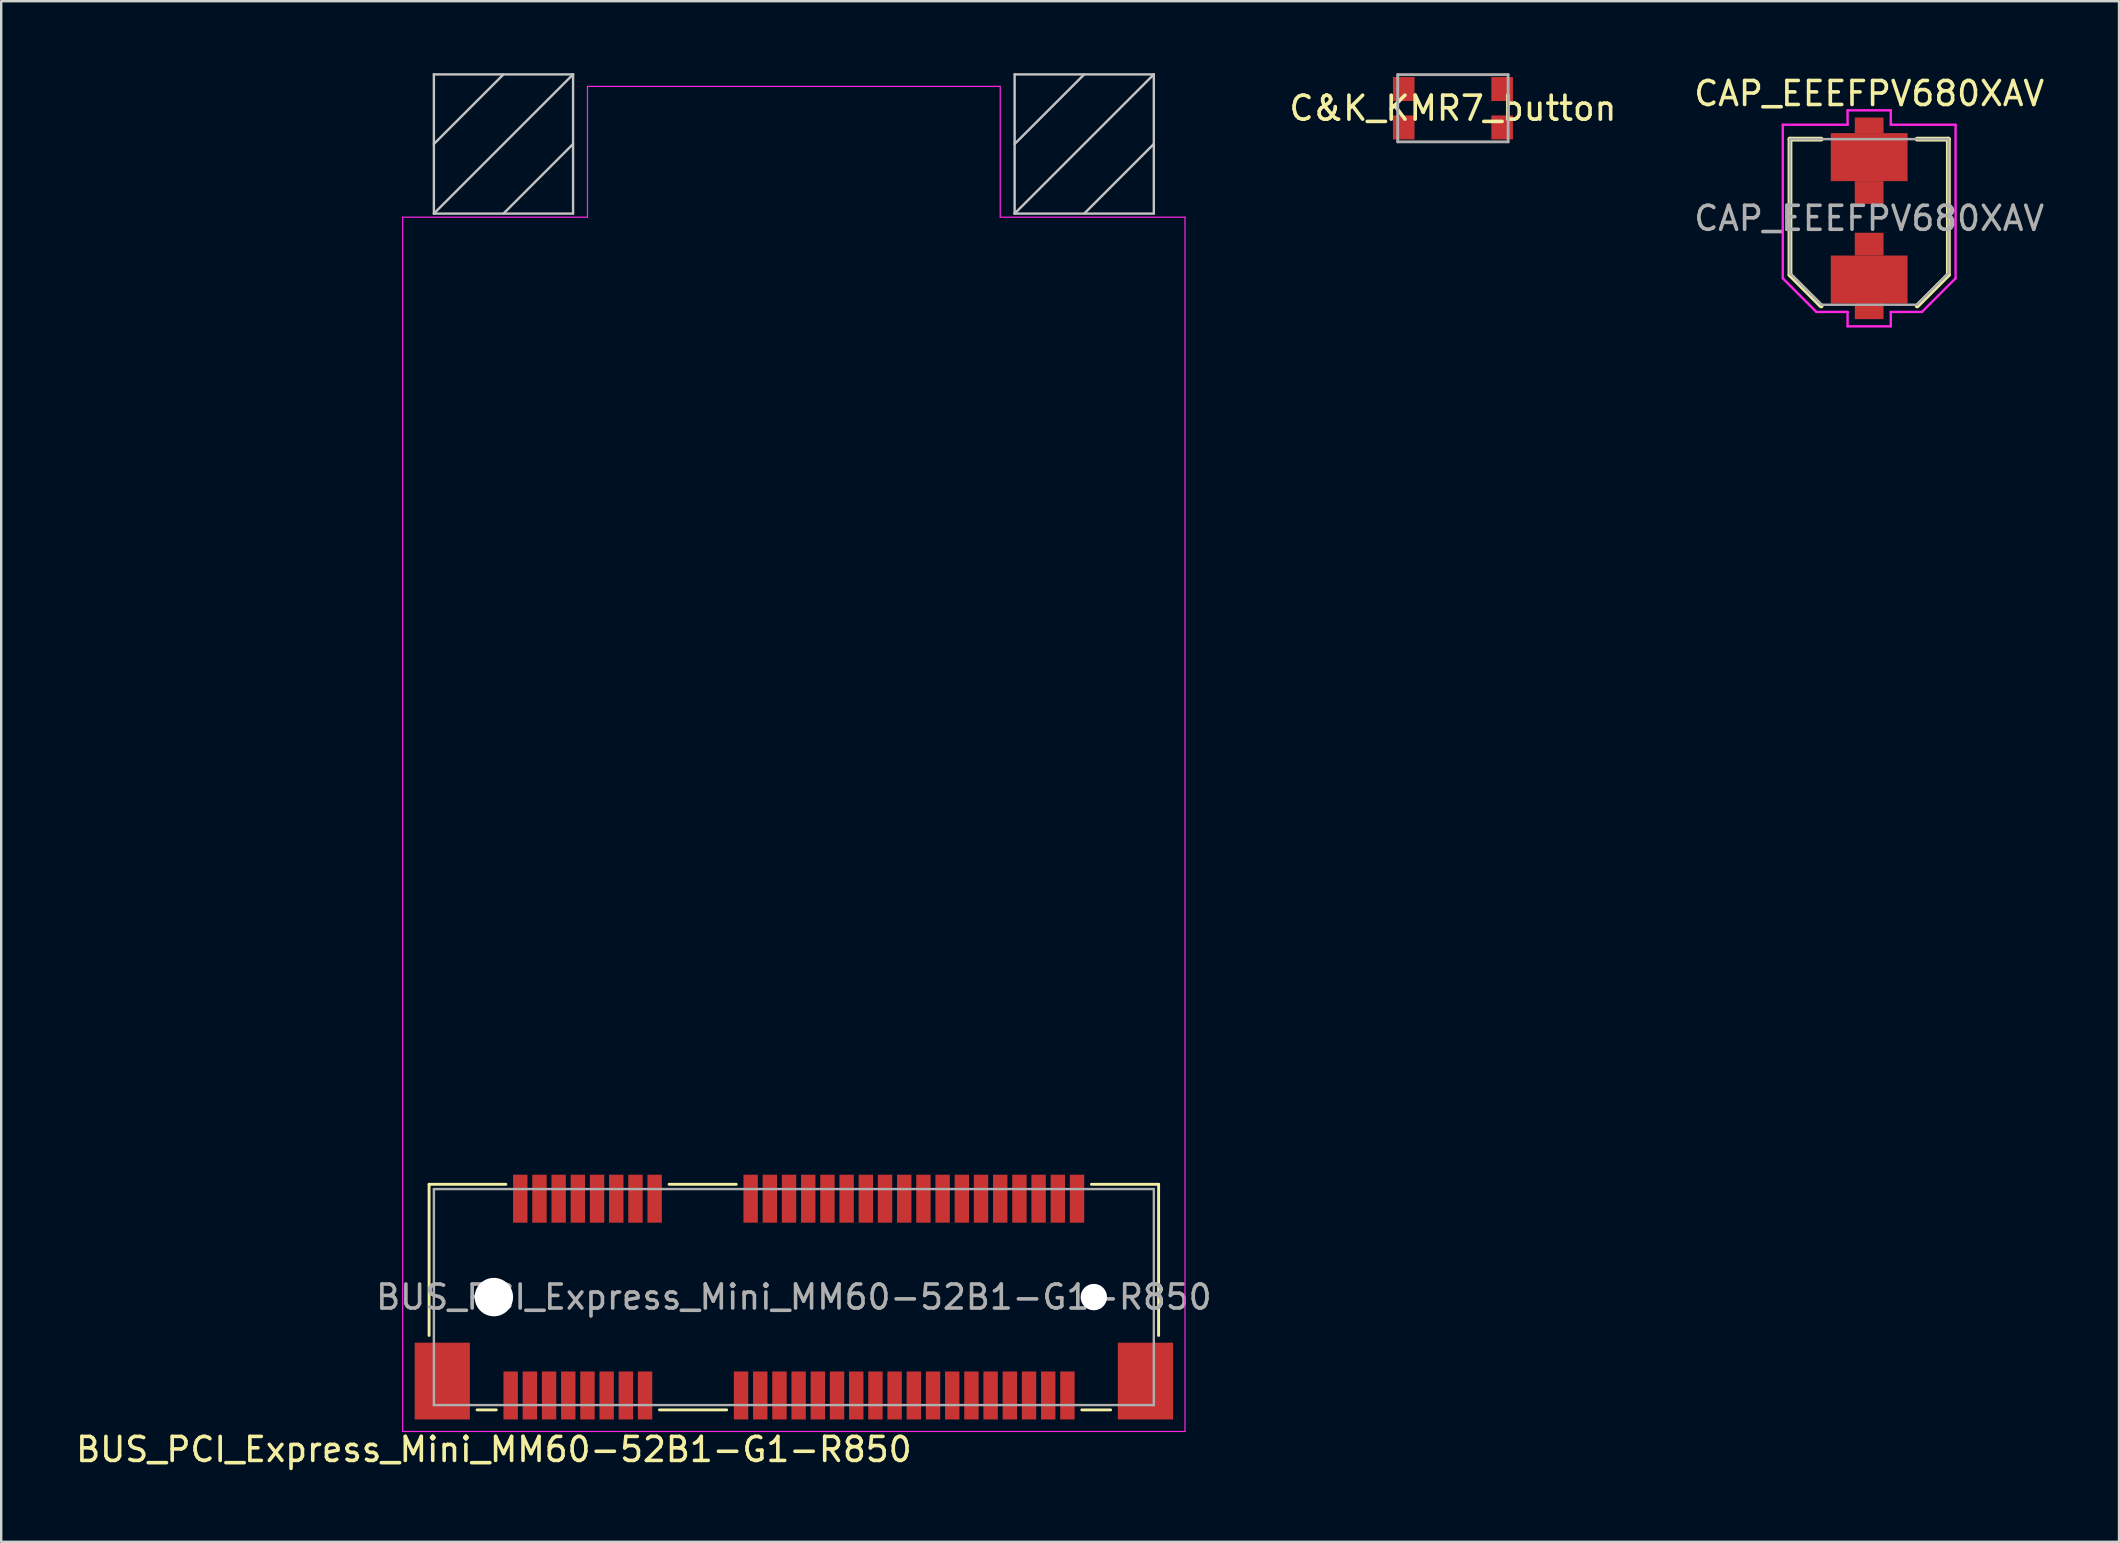
<source format=kicad_pcb>
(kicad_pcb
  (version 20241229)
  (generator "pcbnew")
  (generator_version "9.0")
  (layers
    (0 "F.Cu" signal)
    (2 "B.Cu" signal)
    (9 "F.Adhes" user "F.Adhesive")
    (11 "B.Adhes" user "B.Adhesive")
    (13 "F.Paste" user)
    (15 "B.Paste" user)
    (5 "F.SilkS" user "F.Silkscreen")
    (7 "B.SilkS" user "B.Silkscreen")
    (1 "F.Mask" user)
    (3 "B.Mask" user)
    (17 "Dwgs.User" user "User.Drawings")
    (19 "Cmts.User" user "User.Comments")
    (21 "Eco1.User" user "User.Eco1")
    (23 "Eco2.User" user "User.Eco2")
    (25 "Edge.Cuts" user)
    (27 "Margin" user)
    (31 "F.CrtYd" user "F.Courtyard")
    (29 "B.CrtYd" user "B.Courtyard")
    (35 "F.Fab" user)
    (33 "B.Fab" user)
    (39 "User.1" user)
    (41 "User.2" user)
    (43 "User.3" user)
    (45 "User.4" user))
  (footprint "BUS_PCI_Express_Mini_MM60-52B1-G1-R850"
    (layer "F.Cu")
    (at 30.03 51)
    (property "Reference" "BUS_PCI_Express_Mini_MM60-52B1-G1-R850" (at -12.5 6.35 180) (layer "F.SilkS") (effects (font (size 1 1) (thickness 0.15))))
    (attr smd)
    (fp_line (start -15.2 -4.7) (end -15.2 1.6) (stroke (width 0.12) (type solid)) (layer "F.SilkS"))
    (fp_line (start -13.2 4.7) (end -12.4 4.7) (stroke (width 0.12) (type solid)) (layer "F.SilkS"))
    (fp_line (start -12 -4.7) (end -15.2 -4.7) (stroke (width 0.12) (type solid)) (layer "F.SilkS"))
    (fp_line (start -5.6 4.7) (end -2.8 4.7) (stroke (width 0.12) (type solid)) (layer "F.SilkS"))
    (fp_line (start -2.4 -4.7) (end -5.2 -4.7) (stroke (width 0.12) (type solid)) (layer "F.SilkS"))
    (fp_line (start 12 4.7) (end 13.2 4.7) (stroke (width 0.12) (type solid)) (layer "F.SilkS"))
    (fp_line (start 15.2 -4.7) (end 12.4 -4.7) (stroke (width 0.12) (type solid)) (layer "F.SilkS"))
    (fp_line (start 15.2 1.6) (end 15.2 -4.7) (stroke (width 0.12) (type solid)) (layer "F.SilkS"))
    (fp_line (start -15 -50.95) (end -15 -45.15) (stroke (width 0.1) (type solid)) (layer "Dwgs.User"))
    (fp_line (start -15 -50.95) (end -9.2 -50.95) (stroke (width 0.1) (type solid)) (layer "Dwgs.User"))
    (fp_line (start -15 -45.15) (end -9.2 -45.15) (stroke (width 0.1) (type solid)) (layer "Dwgs.User"))
    (fp_line (start -12.1 -50.95) (end -15 -48.05) (stroke (width 0.1) (type solid)) (layer "Dwgs.User"))
    (fp_line (start -9.2 -50.95) (end -15 -45.15) (stroke (width 0.1) (type solid)) (layer "Dwgs.User"))
    (fp_line (start -9.2 -50.95) (end -9.2 -45.15) (stroke (width 0.1) (type solid)) (layer "Dwgs.User"))
    (fp_line (start -9.2 -48.05) (end -12.1 -45.15) (stroke (width 0.1) (type solid)) (layer "Dwgs.User"))
    (fp_line (start 9.2 -50.95) (end 9.2 -45.15) (stroke (width 0.1) (type solid)) (layer "Dwgs.User"))
    (fp_line (start 9.2 -50.95) (end 15 -50.95) (stroke (width 0.1) (type solid)) (layer "Dwgs.User"))
    (fp_line (start 9.2 -45.15) (end 15 -45.15) (stroke (width 0.1) (type solid)) (layer "Dwgs.User"))
    (fp_line (start 12.1 -50.95) (end 9.2 -48.05) (stroke (width 0.1) (type solid)) (layer "Dwgs.User"))
    (fp_line (start 15 -50.95) (end 9.2 -45.15) (stroke (width 0.1) (type solid)) (layer "Dwgs.User"))
    (fp_line (start 15 -50.95) (end 15 -45.15) (stroke (width 0.1) (type solid)) (layer "Dwgs.User"))
    (fp_line (start 15 -48.05) (end 12.1 -45.15) (stroke (width 0.1) (type solid)) (layer "Dwgs.User"))
    (fp_line (start -16.3 5.6) (end -16.3 -45) (stroke (width 0.05) (type solid)) (layer "F.CrtYd"))
    (fp_line (start -8.6 -50.45) (end -8.6 -45) (stroke (width 0.05) (type solid)) (layer "F.CrtYd"))
    (fp_line (start -8.6 -50.45) (end 8.6 -50.45) (stroke (width 0.05) (type solid)) (layer "F.CrtYd"))
    (fp_line (start -8.6 -45) (end -16.3 -45) (stroke (width 0.05) (type solid)) (layer "F.CrtYd"))
    (fp_line (start 8.6 -45) (end 8.6 -50.45) (stroke (width 0.05) (type solid)) (layer "F.CrtYd"))
    (fp_line (start 8.6 -45) (end 16.3 -45) (stroke (width 0.05) (type solid)) (layer "F.CrtYd"))
    (fp_line (start 16.3 -45) (end 16.3 5.6) (stroke (width 0.05) (type solid)) (layer "F.CrtYd"))
    (fp_line (start 16.3 5.6) (end -16.3 5.6) (stroke (width 0.05) (type solid)) (layer "F.CrtYd"))
    (fp_line (start -15 -4.5) (end -15 4.5) (stroke (width 0.1) (type solid)) (layer "F.Fab"))
    (fp_line (start -15 4.5) (end 15 4.5) (stroke (width 0.1) (type solid)) (layer "F.Fab"))
    (fp_line (start 15 -4.5) (end -15 -4.5) (stroke (width 0.1) (type solid)) (layer "F.Fab"))
    (fp_line (start 15 4.5) (end 15 -4.5) (stroke (width 0.1) (type solid)) (layer "F.Fab"))
    (fp_text user "${REFERENCE}" (at 0 0 0) (layer "F.Fab") (effects (font (size 1 1) (thickness 0.15))))
    (pad "" np_thru_hole circle (at -12.5 0) (size 1.6 1.6) (drill 1.6) (layers "*.Cu" "*.Mask"))
    (pad "" np_thru_hole circle (at 12.5 0) (size 1.1 1.1) (drill 1.1) (layers "*.Cu" "*.Mask"))
    (pad "1" smd rect (at -11.8 4.1) (size 0.6 2) (layers "F.Cu" "F.Mask" "F.Paste"))
    (pad "2" smd rect (at -11.4 -4.1) (size 0.6 2) (layers "F.Cu" "F.Mask" "F.Paste"))
    (pad "3" smd rect (at -11 4.1) (size 0.6 2) (layers "F.Cu" "F.Mask" "F.Paste"))
    (pad "4" smd rect (at -10.6 -4.1) (size 0.6 2) (layers "F.Cu" "F.Mask" "F.Paste"))
    (pad "5" smd rect (at -10.2 4.1) (size 0.6 2) (layers "F.Cu" "F.Mask" "F.Paste"))
    (pad "6" smd rect (at -9.8 -4.1) (size 0.6 2) (layers "F.Cu" "F.Mask" "F.Paste"))
    (pad "7" smd rect (at -9.4 4.1) (size 0.6 2) (layers "F.Cu" "F.Mask" "F.Paste"))
    (pad "8" smd rect (at -9 -4.1) (size 0.6 2) (layers "F.Cu" "F.Mask" "F.Paste"))
    (pad "9" smd rect (at -8.6 4.1) (size 0.6 2) (layers "F.Cu" "F.Mask" "F.Paste"))
    (pad "10" smd rect (at -8.2 -4.1) (size 0.6 2) (layers "F.Cu" "F.Mask" "F.Paste"))
    (pad "11" smd rect (at -7.8 4.1) (size 0.6 2) (layers "F.Cu" "F.Mask" "F.Paste"))
    (pad "12" smd rect (at -7.4 -4.1) (size 0.6 2) (layers "F.Cu" "F.Mask" "F.Paste"))
    (pad "13" smd rect (at -7 4.1) (size 0.6 2) (layers "F.Cu" "F.Mask" "F.Paste"))
    (pad "14" smd rect (at -6.6 -4.1) (size 0.6 2) (layers "F.Cu" "F.Mask" "F.Paste"))
    (pad "15" smd rect (at -6.2 4.1) (size 0.6 2) (layers "F.Cu" "F.Mask" "F.Paste"))
    (pad "16" smd rect (at -5.8 -4.1) (size 0.6 2) (layers "F.Cu" "F.Mask" "F.Paste"))
    (pad "17" smd rect (at -2.2 4.1) (size 0.6 2) (layers "F.Cu" "F.Mask" "F.Paste"))
    (pad "18" smd rect (at -1.8 -4.1) (size 0.6 2) (layers "F.Cu" "F.Mask" "F.Paste"))
    (pad "19" smd rect (at -1.4 4.1) (size 0.6 2) (layers "F.Cu" "F.Mask" "F.Paste"))
    (pad "20" smd rect (at -1 -4.1) (size 0.6 2) (layers "F.Cu" "F.Mask" "F.Paste"))
    (pad "21" smd rect (at -0.6 4.1) (size 0.6 2) (layers "F.Cu" "F.Mask" "F.Paste"))
    (pad "22" smd rect (at -0.2 -4.1) (size 0.6 2) (layers "F.Cu" "F.Mask" "F.Paste"))
    (pad "23" smd rect (at 0.2 4.1) (size 0.6 2) (layers "F.Cu" "F.Mask" "F.Paste"))
    (pad "24" smd rect (at 0.6 -4.1) (size 0.6 2) (layers "F.Cu" "F.Mask" "F.Paste"))
    (pad "25" smd rect (at 1 4.1) (size 0.6 2) (layers "F.Cu" "F.Mask" "F.Paste"))
    (pad "26" smd rect (at 1.4 -4.1) (size 0.6 2) (layers "F.Cu" "F.Mask" "F.Paste"))
    (pad "27" smd rect (at 1.8 4.1) (size 0.6 2) (layers "F.Cu" "F.Mask" "F.Paste"))
    (pad "28" smd rect (at 2.2 -4.1) (size 0.6 2) (layers "F.Cu" "F.Mask" "F.Paste"))
    (pad "29" smd rect (at 2.6 4.1) (size 0.6 2) (layers "F.Cu" "F.Mask" "F.Paste"))
    (pad "30" smd rect (at 3 -4.1) (size 0.6 2) (layers "F.Cu" "F.Mask" "F.Paste"))
    (pad "31" smd rect (at 3.4 4.1) (size 0.6 2) (layers "F.Cu" "F.Mask" "F.Paste"))
    (pad "32" smd rect (at 3.8 -4.1) (size 0.6 2) (layers "F.Cu" "F.Mask" "F.Paste"))
    (pad "33" smd rect (at 4.2 4.1) (size 0.6 2) (layers "F.Cu" "F.Mask" "F.Paste"))
    (pad "34" smd rect (at 4.6 -4.1) (size 0.6 2) (layers "F.Cu" "F.Mask" "F.Paste"))
    (pad "35" smd rect (at 5 4.1) (size 0.6 2) (layers "F.Cu" "F.Mask" "F.Paste"))
    (pad "36" smd rect (at 5.4 -4.1) (size 0.6 2) (layers "F.Cu" "F.Mask" "F.Paste"))
    (pad "37" smd rect (at 5.8 4.1) (size 0.6 2) (layers "F.Cu" "F.Mask" "F.Paste"))
    (pad "38" smd rect (at 6.2 -4.1) (size 0.6 2) (layers "F.Cu" "F.Mask" "F.Paste"))
    (pad "39" smd rect (at 6.6 4.1) (size 0.6 2) (layers "F.Cu" "F.Mask" "F.Paste"))
    (pad "40" smd rect (at 7 -4.1) (size 0.6 2) (layers "F.Cu" "F.Mask" "F.Paste"))
    (pad "41" smd rect (at 7.4 4.1) (size 0.6 2) (layers "F.Cu" "F.Mask" "F.Paste"))
    (pad "42" smd rect (at 7.8 -4.1) (size 0.6 2) (layers "F.Cu" "F.Mask" "F.Paste"))
    (pad "43" smd rect (at 8.2 4.1) (size 0.6 2) (layers "F.Cu" "F.Mask" "F.Paste"))
    (pad "44" smd rect (at 8.6 -4.1) (size 0.6 2) (layers "F.Cu" "F.Mask" "F.Paste"))
    (pad "45" smd rect (at 9 4.1) (size 0.6 2) (layers "F.Cu" "F.Mask" "F.Paste"))
    (pad "46" smd rect (at 9.4 -4.1) (size 0.6 2) (layers "F.Cu" "F.Mask" "F.Paste"))
    (pad "47" smd rect (at 9.8 4.1) (size 0.6 2) (layers "F.Cu" "F.Mask" "F.Paste"))
    (pad "48" smd rect (at 10.2 -4.1) (size 0.6 2) (layers "F.Cu" "F.Mask" "F.Paste"))
    (pad "49" smd rect (at 10.6 4.1) (size 0.6 2) (layers "F.Cu" "F.Mask" "F.Paste"))
    (pad "50" smd rect (at 11 -4.1) (size 0.6 2) (layers "F.Cu" "F.Mask" "F.Paste"))
    (pad "51" smd rect (at 11.4 4.1) (size 0.6 2) (layers "F.Cu" "F.Mask" "F.Paste"))
    (pad "52" smd rect (at 11.8 -4.1) (size 0.6 2) (layers "F.Cu" "F.Mask" "F.Paste"))
    (pad "MP" smd rect (at -14.65 3.5) (size 2.3 3.2) (layers "F.Cu" "F.Mask" "F.Paste"))
    (pad "MP" smd rect (at 14.65 3.5) (size 2.3 3.2) (layers "F.Cu" "F.Mask" "F.Paste")))
  (footprint "CAP_EEEFPV680XAV"
    (layer "F.Cu")
    (at 74.839 6.048)
    (property "Reference" "CAP_EEEFPV680XAV" (at 0 -5.2 0) (layer "F.SilkS") (effects (font (size 1 1) (thickness 0.15))))
    (attr smd)
    (fp_line (start -3.3 -3.3) (end -3.3 2.35) (stroke (width 0.2) (type solid)) (layer "F.SilkS"))
    (fp_line (start -2 -3.3) (end -3.3 -3.3) (stroke (width 0.2) (type solid)) (layer "F.SilkS"))
    (fp_line (start -2 3.65) (end -3.3 2.35) (stroke (width 0.2) (type solid)) (layer "F.SilkS"))
    (fp_line (start 2 -3.3) (end 3.3 -3.3) (stroke (width 0.2) (type solid)) (layer "F.SilkS"))
    (fp_line (start 2 3.65) (end 3.3 2.35) (stroke (width 0.2) (type solid)) (layer "F.SilkS"))
    (fp_line (start 3.3 -3.3) (end 3.3 2.35) (stroke (width 0.2) (type solid)) (layer "F.SilkS"))
    (fp_line (start -3.6 -3.9) (end -3.6 2.5) (stroke (width 0.1) (type solid)) (layer "F.CrtYd"))
    (fp_line (start -3.6 2.5) (end -2.2 3.9) (stroke (width 0.1) (type solid)) (layer "F.CrtYd"))
    (fp_line (start -0.9 -4.5) (end -0.9 -3.9) (stroke (width 0.1) (type solid)) (layer "F.CrtYd"))
    (fp_line (start -0.9 -3.9) (end -3.6 -3.9) (stroke (width 0.1) (type solid)) (layer "F.CrtYd"))
    (fp_line (start -0.9 3.9) (end -2.2 3.9) (stroke (width 0.1) (type solid)) (layer "F.CrtYd"))
    (fp_line (start -0.9 4.5) (end -0.9 3.9) (stroke (width 0.1) (type solid)) (layer "F.CrtYd"))
    (fp_line (start -0.9 4.5) (end 0.9 4.5) (stroke (width 0.1) (type solid)) (layer "F.CrtYd"))
    (fp_line (start 0.9 -4.5) (end -0.9 -4.5) (stroke (width 0.1) (type solid)) (layer "F.CrtYd"))
    (fp_line (start 0.9 -4.5) (end 0.9 -3.9) (stroke (width 0.1) (type solid)) (layer "F.CrtYd"))
    (fp_line (start 0.9 -3.9) (end 3.6 -3.9) (stroke (width 0.1) (type solid)) (layer "F.CrtYd"))
    (fp_line (start 0.9 3.9) (end 2.2 3.9) (stroke (width 0.1) (type solid)) (layer "F.CrtYd"))
    (fp_line (start 0.9 4.5) (end 0.9 3.9) (stroke (width 0.1) (type solid)) (layer "F.CrtYd"))
    (fp_line (start 3.6 -3.9) (end 3.6 2.5) (stroke (width 0.1) (type solid)) (layer "F.CrtYd"))
    (fp_line (start 3.6 2.5) (end 2.2 3.9) (stroke (width 0.1) (type solid)) (layer "F.CrtYd"))
    (fp_line (start -3.3 -3.3) (end 3.3 -3.3) (stroke (width 0.1) (type solid)) (layer "F.Fab"))
    (fp_line (start -3.3 2.3) (end -3.3 -3.3) (stroke (width 0.1) (type solid)) (layer "F.Fab"))
    (fp_line (start -2 3.6) (end -3.3 2.3) (stroke (width 0.1) (type solid)) (layer "F.Fab"))
    (fp_line (start 2 3.6) (end -2 3.6) (stroke (width 0.1) (type solid)) (layer "F.Fab"))
    (fp_line (start 3.3 -3.3) (end 3.3 2.3) (stroke (width 0.1) (type solid)) (layer "F.Fab"))
    (fp_line (start 3.3 2.3) (end 2 3.6) (stroke (width 0.1) (type solid)) (layer "F.Fab"))
    (fp_text user "${REFERENCE}" (at 0 0 0) (layer "F.Fab") (effects (font (size 1 1) (thickness 0.15))))
    (pad "1" smd rect (at 0 1.075 90) (size 0.95 1.2) (layers "F.Cu" "F.Mask" "F.Paste"))
    (pad "1" smd rect (at 0 2.55 90) (size 2 3.2) (layers "F.Cu" "F.Mask" "F.Paste"))
    (pad "1" smd rect (at 0 3.875 90) (size 0.65 1.2) (layers "F.Cu" "F.Mask" "F.Paste"))
    (pad "2" smd rect (at 0 -3.875 90) (size 0.65 1.2) (layers "F.Cu" "F.Mask" "F.Paste"))
    (pad "2" smd rect (at 0 -2.55 90) (size 2 3.2) (layers "F.Cu" "F.Mask" "F.Paste"))
    (pad "2" smd rect (at 0 -1.075 90) (size 0.95 1.2) (layers "F.Cu" "F.Mask" "F.Paste")))
  (footprint "C&K_KMR7_button"
    (layer "F.Cu")
    (at 57.494 1.46)
    (property "Reference" "C&K_KMR7_button" (at 0 0 0) (layer "F.SilkS") (effects (font (size 1 1) (thickness 0.15))))
    (attr smd)
    (fp_line (start -2.3 -1.4) (end 2.3 -1.4) (stroke (width 0.12) (type solid)) (layer "F.Fab"))
    (fp_line (start -2.3 1.4) (end -2.3 -1.4) (stroke (width 0.12) (type solid)) (layer "F.Fab"))
    (fp_line (start 2.3 -1.4) (end 2.3 1.4) (stroke (width 0.12) (type solid)) (layer "F.Fab"))
    (fp_line (start 2.3 1.4) (end -2.3 1.4) (stroke (width 0.12) (type solid)) (layer "F.Fab"))
    (pad "1" smd rect (at -2.05 -0.8) (size 0.9 1) (layers "F.Cu" "F.Mask" "F.Paste"))
    (pad "2" smd rect (at -2.05 0.8) (size 0.9 1) (layers "F.Cu" "F.Mask" "F.Paste"))
    (pad "3" smd rect (at 2.05 0.8) (size 0.9 1) (layers "F.Cu" "F.Mask" "F.Paste"))
    (pad "4" smd rect (at 2.05 -0.8) (size 0.9 1) (layers "F.Cu" "F.Mask" "F.Paste")))
  (gr_rect
    (start -3 -3)
    (end 85.25 61.198)
    (stroke (width 0.1) (type default))
    (fill no)
    (layer "Edge.Cuts")))
</source>
